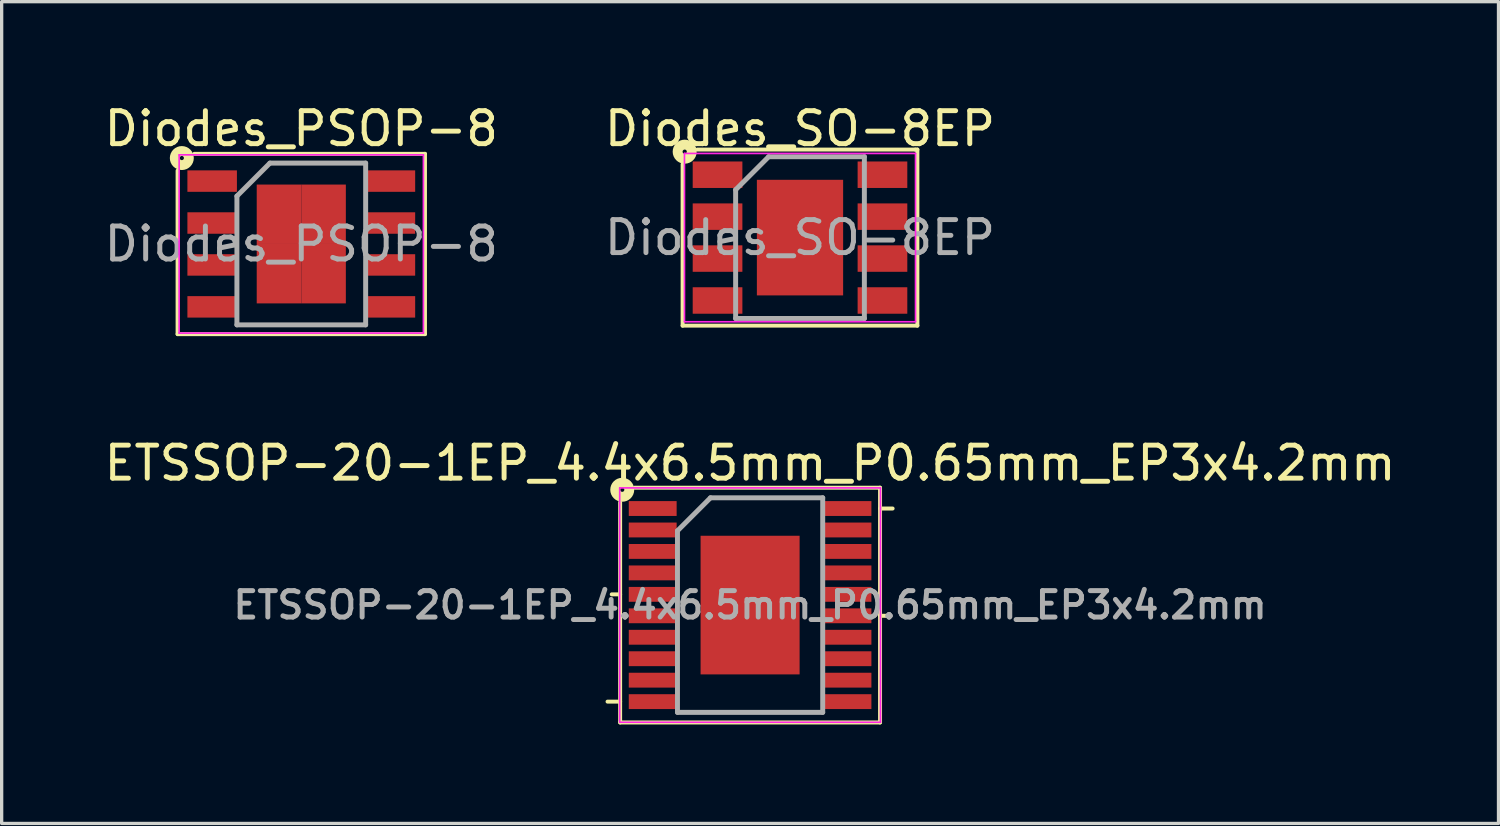
<source format=kicad_pcb>
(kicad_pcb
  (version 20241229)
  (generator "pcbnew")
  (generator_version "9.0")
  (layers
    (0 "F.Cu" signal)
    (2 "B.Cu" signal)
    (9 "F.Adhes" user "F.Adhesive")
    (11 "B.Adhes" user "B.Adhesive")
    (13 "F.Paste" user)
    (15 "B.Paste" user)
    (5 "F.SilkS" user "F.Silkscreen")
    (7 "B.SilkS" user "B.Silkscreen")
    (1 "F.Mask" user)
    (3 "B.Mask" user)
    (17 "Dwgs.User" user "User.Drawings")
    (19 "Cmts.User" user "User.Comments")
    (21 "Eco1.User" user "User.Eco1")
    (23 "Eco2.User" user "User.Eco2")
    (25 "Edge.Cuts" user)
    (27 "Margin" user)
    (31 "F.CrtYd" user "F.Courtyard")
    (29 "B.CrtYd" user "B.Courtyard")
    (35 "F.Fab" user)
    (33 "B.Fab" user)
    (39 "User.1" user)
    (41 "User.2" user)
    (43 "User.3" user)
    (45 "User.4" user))
  (footprint "Diodes_PSOP-8"
    (layer "F.Cu")
    (at 6.077 4.341)
    (property "Reference" "Diodes_PSOP-8" (at 0 -3.493 0) (layer "F.SilkS") (effects (font (size 1 1) (thickness 0.15))))
    (attr smd)
    (fp_line (start -3.747 -2.223) (end -3.747 2.731) (stroke (width 0.12) (type solid)) (layer "F.SilkS"))
    (fp_line (start -3.747 2.731) (end 3.747 2.731) (stroke (width 0.12) (type solid)) (layer "F.SilkS"))
    (fp_line (start 3.747 -2.731) (end -3.239 -2.731) (stroke (width 0.12) (type solid)) (layer "F.SilkS"))
    (fp_line (start 3.747 2.731) (end 3.747 -2.731) (stroke (width 0.12) (type solid)) (layer "F.SilkS"))
    (fp_circle (center -3.619 -2.603) (end -3.556 -2.603) (stroke (width 0.3) (type solid)) (fill no) (layer "F.SilkS"))
    (fp_line (start -3.7 -2.7) (end -3.7 2.7) (stroke (width 0.05) (type solid)) (layer "F.CrtYd"))
    (fp_line (start -3.7 -2.7) (end 3.7 -2.7) (stroke (width 0.05) (type solid)) (layer "F.CrtYd"))
    (fp_line (start -3.7 2.7) (end 3.7 2.7) (stroke (width 0.05) (type solid)) (layer "F.CrtYd"))
    (fp_line (start 3.7 -2.7) (end 3.7 2.7) (stroke (width 0.05) (type solid)) (layer "F.CrtYd"))
    (fp_line (start -1.95 -1.45) (end -0.95 -2.45) (stroke (width 0.15) (type solid)) (layer "F.Fab"))
    (fp_line (start -1.95 2.45) (end -1.95 -1.45) (stroke (width 0.15) (type solid)) (layer "F.Fab"))
    (fp_line (start -0.95 -2.45) (end 1.95 -2.45) (stroke (width 0.15) (type solid)) (layer "F.Fab"))
    (fp_line (start 1.95 -2.45) (end 1.95 2.45) (stroke (width 0.15) (type solid)) (layer "F.Fab"))
    (fp_line (start 1.95 2.45) (end -1.95 2.45) (stroke (width 0.15) (type solid)) (layer "F.Fab"))
    (fp_text user "${REFERENCE}" (at 0 0 0) (layer "F.Fab") (effects (font (size 1 1) (thickness 0.15))))
    (pad "1" smd rect (at -2.7 -1.905) (size 1.5 0.65) (layers "F.Cu" "F.Mask" "F.Paste"))
    (pad "2" smd rect (at -2.7 -0.635) (size 1.5 0.65) (layers "F.Cu" "F.Mask" "F.Paste"))
    (pad "3" smd rect (at -2.7 0.635) (size 1.5 0.65) (layers "F.Cu" "F.Mask" "F.Paste"))
    (pad "4" smd rect (at -2.7 1.905) (size 1.5 0.65) (layers "F.Cu" "F.Mask" "F.Paste"))
    (pad "5" smd rect (at 2.7 1.905) (size 1.5 0.65) (layers "F.Cu" "F.Mask" "F.Paste"))
    (pad "6" smd rect (at 2.7 0.635) (size 1.5 0.65) (layers "F.Cu" "F.Mask" "F.Paste"))
    (pad "7" smd rect (at 2.7 -0.635) (size 1.5 0.65) (layers "F.Cu" "F.Mask" "F.Paste"))
    (pad "8" smd rect (at 2.7 -1.905) (size 1.5 0.65) (layers "F.Cu" "F.Mask" "F.Paste"))
    (pad "9" smd rect (at -0.675 -0.9) (size 1.35 1.8) (layers "F.Cu" "F.Mask" "F.Paste"))
    (pad "9" smd rect (at -0.675 0.9) (size 1.35 1.8) (layers "F.Cu" "F.Mask" "F.Paste"))
    (pad "9" smd rect (at 0.675 -0.9) (size 1.35 1.8) (layers "F.Cu" "F.Mask" "F.Paste"))
    (pad "9" smd rect (at 0.675 0.9) (size 1.35 1.8) (layers "F.Cu" "F.Mask" "F.Paste")))
  (footprint "Diodes_SO-8EP"
    (layer "F.Cu")
    (at 21.185 4.148)
    (property "Reference" "Diodes_SO-8EP" (at 0 -3.3 0) (layer "F.SilkS") (effects (font (size 1 1) (thickness 0.15))))
    (attr smd)
    (fp_line (start -3.556 2.667) (end -3.556 -2.223) (stroke (width 0.12) (type solid)) (layer "F.SilkS"))
    (fp_line (start -3.111 -2.667) (end 3.493 -2.667) (stroke (width 0.12) (type solid)) (layer "F.SilkS"))
    (fp_line (start 3.493 -2.667) (end 3.556 -2.667) (stroke (width 0.12) (type solid)) (layer "F.SilkS"))
    (fp_line (start 3.556 -2.667) (end 3.556 2.667) (stroke (width 0.12) (type solid)) (layer "F.SilkS"))
    (fp_line (start 3.556 2.667) (end -3.556 2.667) (stroke (width 0.12) (type solid)) (layer "F.SilkS"))
    (fp_circle (center -3.493 -2.603) (end -3.429 -2.603) (stroke (width 0.3) (type solid)) (fill no) (layer "F.SilkS"))
    (fp_line (start -3.5 -2.55) (end -3.5 2.55) (stroke (width 0.05) (type solid)) (layer "F.CrtYd"))
    (fp_line (start -3.5 -2.55) (end 3.5 -2.55) (stroke (width 0.05) (type solid)) (layer "F.CrtYd"))
    (fp_line (start -3.5 2.55) (end 3.5 2.55) (stroke (width 0.05) (type solid)) (layer "F.CrtYd"))
    (fp_line (start 3.5 -2.55) (end 3.5 2.55) (stroke (width 0.05) (type solid)) (layer "F.CrtYd"))
    (fp_line (start -1.95 -1.45) (end -0.95 -2.45) (stroke (width 0.15) (type solid)) (layer "F.Fab"))
    (fp_line (start -1.95 2.45) (end -1.95 -1.45) (stroke (width 0.15) (type solid)) (layer "F.Fab"))
    (fp_line (start -0.95 -2.45) (end 1.95 -2.45) (stroke (width 0.15) (type solid)) (layer "F.Fab"))
    (fp_line (start 1.95 -2.45) (end 1.95 2.45) (stroke (width 0.15) (type solid)) (layer "F.Fab"))
    (fp_line (start 1.95 2.45) (end -1.95 2.45) (stroke (width 0.15) (type solid)) (layer "F.Fab"))
    (fp_text user "${REFERENCE}" (at 0 0 0) (layer "F.Fab") (effects (font (size 1 1) (thickness 0.15))))
    (pad "1" smd rect (at -2.498 -1.905) (size 1.505 0.802) (layers "F.Cu" "F.Mask" "F.Paste"))
    (pad "2" smd rect (at -2.498 -0.635) (size 1.505 0.802) (layers "F.Cu" "F.Mask" "F.Paste"))
    (pad "3" smd rect (at -2.498 0.635) (size 1.505 0.802) (layers "F.Cu" "F.Mask" "F.Paste"))
    (pad "4" smd rect (at -2.498 1.905) (size 1.505 0.802) (layers "F.Cu" "F.Mask" "F.Paste"))
    (pad "5" smd rect (at 2.498 1.905) (size 1.505 0.802) (layers "F.Cu" "F.Mask" "F.Paste"))
    (pad "6" smd rect (at 2.498 0.635) (size 1.505 0.802) (layers "F.Cu" "F.Mask" "F.Paste"))
    (pad "7" smd rect (at 2.498 -0.635) (size 1.505 0.802) (layers "F.Cu" "F.Mask" "F.Paste"))
    (pad "8" smd rect (at 2.498 -1.905) (size 1.505 0.802) (layers "F.Cu" "F.Mask" "F.Paste"))
    (pad "9" smd rect (at 0 0) (size 2.613 3.502) (layers "F.Cu" "F.Mask" "F.Paste")))
  (footprint "ETSSOP-20-1EP_4.4x6.5mm_P0.65mm_EP3x4.2mm"
    (layer "F.Cu")
    (at 19.673 15.28)
    (property "Reference" "ETSSOP-20-1EP_4.4x6.5mm_P0.65mm_EP3x4.2mm" (at 0 -4.3 0) (layer "F.SilkS") (effects (font (size 1 1) (thickness 0.15))))
    (attr smd)
    (fp_line (start -3.937 -0.325) (end -4.191 -0.325) (stroke (width 0.12) (type solid)) (layer "F.SilkS"))
    (fp_line (start -3.937 2.925) (end -4.318 2.925) (stroke (width 0.12) (type solid)) (layer "F.SilkS"))
    (fp_line (start -3.937 3.556) (end -3.937 -3.111) (stroke (width 0.12) (type solid)) (layer "F.SilkS"))
    (fp_line (start -3.493 -3.556) (end 3.937 -3.556) (stroke (width 0.12) (type solid)) (layer "F.SilkS"))
    (fp_line (start 3.937 -3.556) (end 3.937 3.556) (stroke (width 0.12) (type solid)) (layer "F.SilkS"))
    (fp_line (start 3.937 -2.925) (end 4.318 -2.925) (stroke (width 0.12) (type solid)) (layer "F.SilkS"))
    (fp_line (start 3.937 0.325) (end 4.191 0.325) (stroke (width 0.12) (type solid)) (layer "F.SilkS"))
    (fp_line (start 3.937 3.556) (end -3.937 3.556) (stroke (width 0.12) (type solid)) (layer "F.SilkS"))
    (fp_circle (center -3.873 -3.493) (end -3.81 -3.493) (stroke (width 0.3) (type solid)) (fill no) (layer "F.SilkS"))
    (fp_line (start -3.95 -3.55) (end -3.95 3.55) (stroke (width 0.05) (type solid)) (layer "F.CrtYd"))
    (fp_line (start -3.95 -3.55) (end 3.95 -3.55) (stroke (width 0.05) (type solid)) (layer "F.CrtYd"))
    (fp_line (start -3.95 3.55) (end 3.95 3.55) (stroke (width 0.05) (type solid)) (layer "F.CrtYd"))
    (fp_line (start 3.95 -3.55) (end 3.95 3.55) (stroke (width 0.05) (type solid)) (layer "F.CrtYd"))
    (fp_line (start -2.2 -2.25) (end -1.2 -3.25) (stroke (width 0.15) (type solid)) (layer "F.Fab"))
    (fp_line (start -2.2 3.25) (end -2.2 -2.25) (stroke (width 0.15) (type solid)) (layer "F.Fab"))
    (fp_line (start -1.2 -3.25) (end 2.2 -3.25) (stroke (width 0.15) (type solid)) (layer "F.Fab"))
    (fp_line (start 2.2 -3.25) (end 2.2 3.25) (stroke (width 0.15) (type solid)) (layer "F.Fab"))
    (fp_line (start 2.2 3.25) (end -2.2 3.25) (stroke (width 0.15) (type solid)) (layer "F.Fab"))
    (fp_text user "${REFERENCE}" (at 0 0 0) (layer "F.Fab") (effects (font (size 0.8 0.8) (thickness 0.15))))
    (pad "" smd rect (at -0.75 -1.4) (size 1.2 1.14) (layers "F.Paste"))
    (pad "" smd rect (at -0.75 0) (size 1.2 1.14) (layers "F.Paste"))
    (pad "" smd rect (at -0.75 1.4) (size 1.2 1.14) (layers "F.Paste"))
    (pad "" smd rect (at 0.75 -1.4) (size 1.2 1.14) (layers "F.Paste"))
    (pad "" smd rect (at 0.75 0) (size 1.2 1.14) (layers "F.Paste"))
    (pad "" smd rect (at 0.75 1.4) (size 1.2 1.14) (layers "F.Paste"))
    (pad "1" smd rect (at -2.95 -2.925) (size 1.45 0.45) (layers "F.Cu" "F.Mask" "F.Paste"))
    (pad "2" smd rect (at -2.95 -2.275) (size 1.45 0.45) (layers "F.Cu" "F.Mask" "F.Paste"))
    (pad "3" smd rect (at -2.95 -1.625) (size 1.45 0.45) (layers "F.Cu" "F.Mask" "F.Paste"))
    (pad "4" smd rect (at -2.95 -0.975) (size 1.45 0.45) (layers "F.Cu" "F.Mask" "F.Paste"))
    (pad "5" smd rect (at -2.95 -0.325) (size 1.45 0.45) (layers "F.Cu" "F.Mask" "F.Paste"))
    (pad "6" smd rect (at -2.95 0.325) (size 1.45 0.45) (layers "F.Cu" "F.Mask" "F.Paste"))
    (pad "7" smd rect (at -2.95 0.975) (size 1.45 0.45) (layers "F.Cu" "F.Mask" "F.Paste"))
    (pad "8" smd rect (at -2.95 1.625) (size 1.45 0.45) (layers "F.Cu" "F.Mask" "F.Paste"))
    (pad "9" smd rect (at -2.95 2.275) (size 1.45 0.45) (layers "F.Cu" "F.Mask" "F.Paste"))
    (pad "10" smd rect (at -2.95 2.925) (size 1.45 0.45) (layers "F.Cu" "F.Mask" "F.Paste"))
    (pad "11" smd rect (at 2.95 2.925) (size 1.45 0.45) (layers "F.Cu" "F.Mask" "F.Paste"))
    (pad "12" smd rect (at 2.95 2.275) (size 1.45 0.45) (layers "F.Cu" "F.Mask" "F.Paste"))
    (pad "13" smd rect (at 2.95 1.625) (size 1.45 0.45) (layers "F.Cu" "F.Mask" "F.Paste"))
    (pad "14" smd rect (at 2.95 0.975) (size 1.45 0.45) (layers "F.Cu" "F.Mask" "F.Paste"))
    (pad "15" smd rect (at 2.95 0.325) (size 1.45 0.45) (layers "F.Cu" "F.Mask" "F.Paste"))
    (pad "16" smd rect (at 2.95 -0.325) (size 1.45 0.45) (layers "F.Cu" "F.Mask" "F.Paste"))
    (pad "17" smd rect (at 2.95 -0.975) (size 1.45 0.45) (layers "F.Cu" "F.Mask" "F.Paste"))
    (pad "18" smd rect (at 2.95 -1.625) (size 1.45 0.45) (layers "F.Cu" "F.Mask" "F.Paste"))
    (pad "19" smd rect (at 2.95 -2.275) (size 1.45 0.45) (layers "F.Cu" "F.Mask" "F.Paste"))
    (pad "20" smd rect (at 2.95 -2.925) (size 1.45 0.45) (layers "F.Cu" "F.Mask" "F.Paste"))
    (pad "21" smd rect (at 0 0) (size 3 4.2) (layers "F.Cu" "F.Mask" "F.Paste")))
  (gr_rect
    (start -3 -3)
    (end 42.345 21.895)
    (stroke (width 0.1) (type default))
    (fill no)
    (layer "Edge.Cuts")))
</source>
